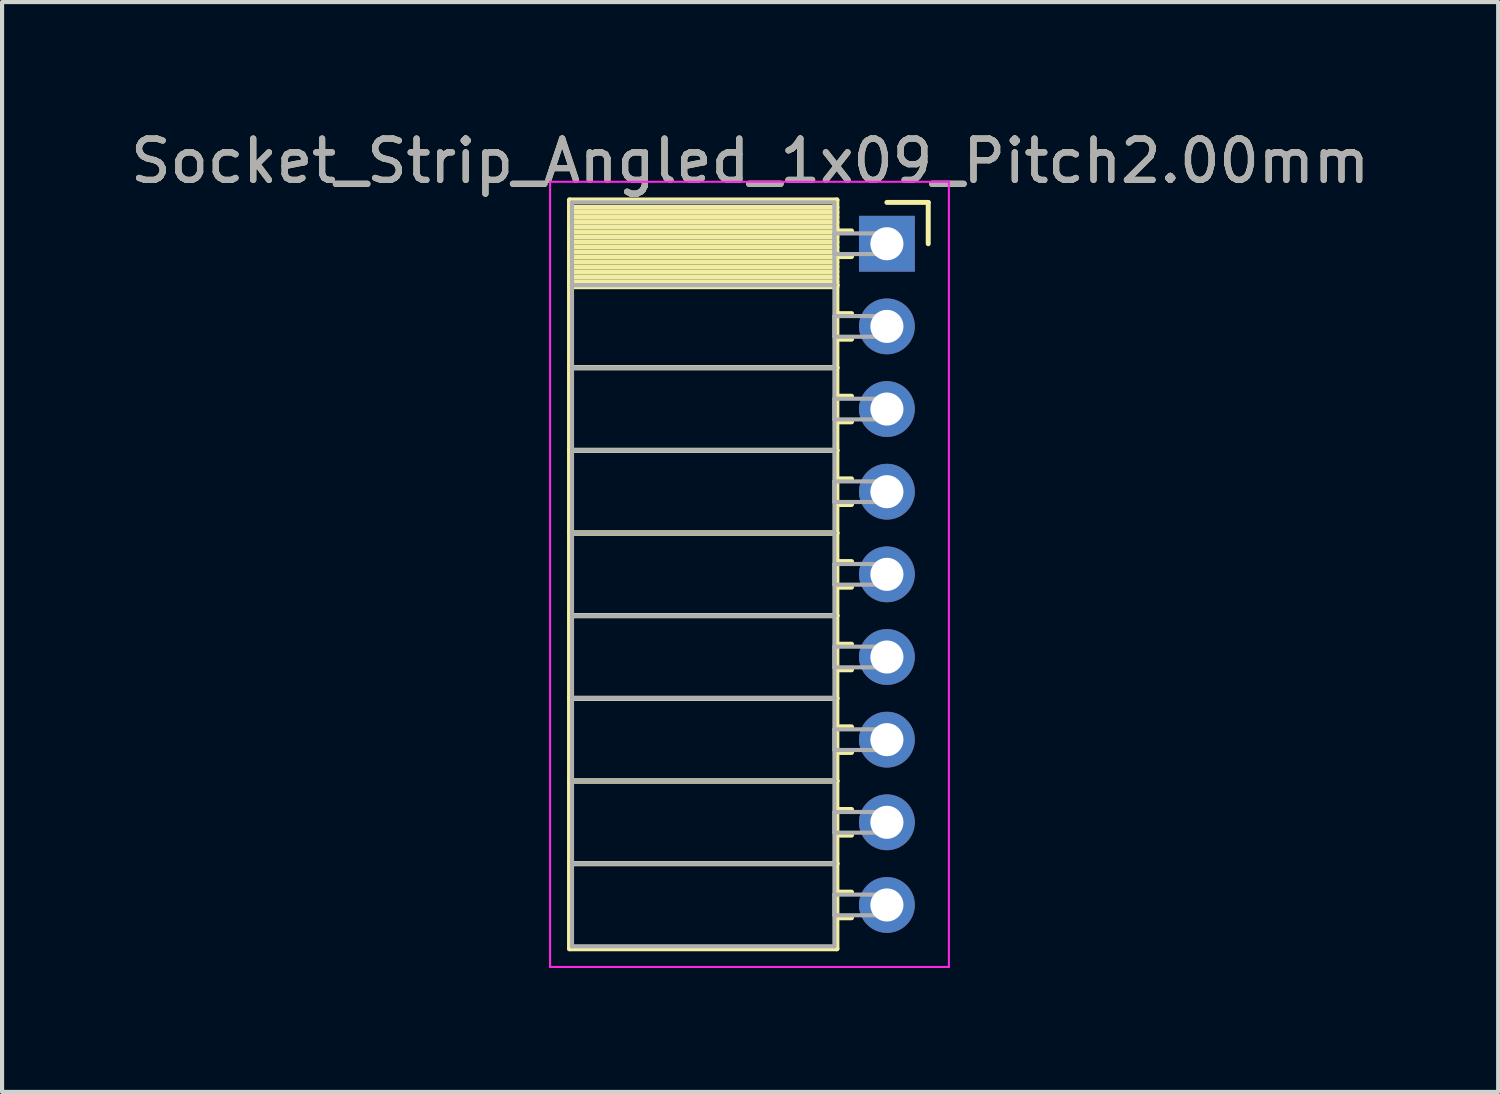
<source format=kicad_pcb>
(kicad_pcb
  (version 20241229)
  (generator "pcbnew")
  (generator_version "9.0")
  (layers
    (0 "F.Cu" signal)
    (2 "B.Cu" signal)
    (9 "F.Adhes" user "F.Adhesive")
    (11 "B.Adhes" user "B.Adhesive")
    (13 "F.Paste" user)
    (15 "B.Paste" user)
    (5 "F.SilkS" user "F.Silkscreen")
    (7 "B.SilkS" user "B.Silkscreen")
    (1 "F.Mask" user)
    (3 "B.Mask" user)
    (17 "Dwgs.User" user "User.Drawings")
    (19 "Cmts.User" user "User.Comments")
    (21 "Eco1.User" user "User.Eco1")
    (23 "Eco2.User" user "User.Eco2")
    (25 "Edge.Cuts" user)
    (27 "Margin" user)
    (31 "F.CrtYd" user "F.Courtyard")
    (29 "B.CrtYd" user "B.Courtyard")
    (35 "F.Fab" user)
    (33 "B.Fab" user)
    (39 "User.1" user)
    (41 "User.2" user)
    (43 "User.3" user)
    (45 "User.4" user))
  (footprint "Socket_Strip_Angled_1x09_Pitch2.00mm"
    (layer "F.Cu")
    (at 18.411 2.848)
    (property "Reference" "Socket_Strip_Angled_1x09_Pitch2.00mm" (at -3.31 -2 0) (layer "F.SilkS") (effects (font (size 1 1) (thickness 0.15))))
    (attr through_hole)
    (fp_line (start -7.68 -1.06) (end -1.21 -1.06) (stroke (width 0.12) (type solid)) (layer "F.SilkS"))
    (fp_line (start -7.68 1) (end -7.68 -1.06) (stroke (width 0.12) (type solid)) (layer "F.SilkS"))
    (fp_line (start -7.68 1) (end -1.21 1) (stroke (width 0.12) (type solid)) (layer "F.SilkS"))
    (fp_line (start -7.68 3) (end -7.68 1) (stroke (width 0.12) (type solid)) (layer "F.SilkS"))
    (fp_line (start -7.68 3) (end -1.21 3) (stroke (width 0.12) (type solid)) (layer "F.SilkS"))
    (fp_line (start -7.68 5) (end -7.68 3) (stroke (width 0.12) (type solid)) (layer "F.SilkS"))
    (fp_line (start -7.68 5) (end -1.21 5) (stroke (width 0.12) (type solid)) (layer "F.SilkS"))
    (fp_line (start -7.68 7) (end -7.68 5) (stroke (width 0.12) (type solid)) (layer "F.SilkS"))
    (fp_line (start -7.68 7) (end -1.21 7) (stroke (width 0.12) (type solid)) (layer "F.SilkS"))
    (fp_line (start -7.68 9) (end -7.68 7) (stroke (width 0.12) (type solid)) (layer "F.SilkS"))
    (fp_line (start -7.68 9) (end -1.21 9) (stroke (width 0.12) (type solid)) (layer "F.SilkS"))
    (fp_line (start -7.68 11) (end -7.68 9) (stroke (width 0.12) (type solid)) (layer "F.SilkS"))
    (fp_line (start -7.68 11) (end -1.21 11) (stroke (width 0.12) (type solid)) (layer "F.SilkS"))
    (fp_line (start -7.68 13) (end -7.68 11) (stroke (width 0.12) (type solid)) (layer "F.SilkS"))
    (fp_line (start -7.68 13) (end -1.21 13) (stroke (width 0.12) (type solid)) (layer "F.SilkS"))
    (fp_line (start -7.68 15) (end -7.68 13) (stroke (width 0.12) (type solid)) (layer "F.SilkS"))
    (fp_line (start -7.68 15) (end -1.21 15) (stroke (width 0.12) (type solid)) (layer "F.SilkS"))
    (fp_line (start -7.68 17.06) (end -7.68 15) (stroke (width 0.12) (type solid)) (layer "F.SilkS"))
    (fp_line (start -1.21 -1.06) (end -1.21 1) (stroke (width 0.12) (type solid)) (layer "F.SilkS"))
    (fp_line (start -1.21 -0.88) (end -7.68 -0.88) (stroke (width 0.12) (type solid)) (layer "F.SilkS"))
    (fp_line (start -1.21 -0.76) (end -7.68 -0.76) (stroke (width 0.12) (type solid)) (layer "F.SilkS"))
    (fp_line (start -1.21 -0.64) (end -7.68 -0.64) (stroke (width 0.12) (type solid)) (layer "F.SilkS"))
    (fp_line (start -1.21 -0.52) (end -7.68 -0.52) (stroke (width 0.12) (type solid)) (layer "F.SilkS"))
    (fp_line (start -1.21 -0.4) (end -7.68 -0.4) (stroke (width 0.12) (type solid)) (layer "F.SilkS"))
    (fp_line (start -1.21 -0.28) (end -7.68 -0.28) (stroke (width 0.12) (type solid)) (layer "F.SilkS"))
    (fp_line (start -1.21 -0.16) (end -7.68 -0.16) (stroke (width 0.12) (type solid)) (layer "F.SilkS"))
    (fp_line (start -1.21 -0.04) (end -7.68 -0.04) (stroke (width 0.12) (type solid)) (layer "F.SilkS"))
    (fp_line (start -1.21 0.08) (end -7.68 0.08) (stroke (width 0.12) (type solid)) (layer "F.SilkS"))
    (fp_line (start -1.21 0.2) (end -7.68 0.2) (stroke (width 0.12) (type solid)) (layer "F.SilkS"))
    (fp_line (start -1.21 0.32) (end -7.68 0.32) (stroke (width 0.12) (type solid)) (layer "F.SilkS"))
    (fp_line (start -1.21 0.44) (end -7.68 0.44) (stroke (width 0.12) (type solid)) (layer "F.SilkS"))
    (fp_line (start -1.21 0.56) (end -7.68 0.56) (stroke (width 0.12) (type solid)) (layer "F.SilkS"))
    (fp_line (start -1.21 0.68) (end -7.68 0.68) (stroke (width 0.12) (type solid)) (layer "F.SilkS"))
    (fp_line (start -1.21 0.8) (end -7.68 0.8) (stroke (width 0.12) (type solid)) (layer "F.SilkS"))
    (fp_line (start -1.21 0.92) (end -7.68 0.92) (stroke (width 0.12) (type solid)) (layer "F.SilkS"))
    (fp_line (start -1.21 1) (end -7.68 1) (stroke (width 0.12) (type solid)) (layer "F.SilkS"))
    (fp_line (start -1.21 1) (end -1.21 3) (stroke (width 0.12) (type solid)) (layer "F.SilkS"))
    (fp_line (start -1.21 1.04) (end -7.68 1.04) (stroke (width 0.12) (type solid)) (layer "F.SilkS"))
    (fp_line (start -1.21 3) (end -7.68 3) (stroke (width 0.12) (type solid)) (layer "F.SilkS"))
    (fp_line (start -1.21 3) (end -1.21 5) (stroke (width 0.12) (type solid)) (layer "F.SilkS"))
    (fp_line (start -1.21 5) (end -7.68 5) (stroke (width 0.12) (type solid)) (layer "F.SilkS"))
    (fp_line (start -1.21 5) (end -1.21 7) (stroke (width 0.12) (type solid)) (layer "F.SilkS"))
    (fp_line (start -1.21 7) (end -7.68 7) (stroke (width 0.12) (type solid)) (layer "F.SilkS"))
    (fp_line (start -1.21 7) (end -1.21 9) (stroke (width 0.12) (type solid)) (layer "F.SilkS"))
    (fp_line (start -1.21 9) (end -7.68 9) (stroke (width 0.12) (type solid)) (layer "F.SilkS"))
    (fp_line (start -1.21 9) (end -1.21 11) (stroke (width 0.12) (type solid)) (layer "F.SilkS"))
    (fp_line (start -1.21 11) (end -7.68 11) (stroke (width 0.12) (type solid)) (layer "F.SilkS"))
    (fp_line (start -1.21 11) (end -1.21 13) (stroke (width 0.12) (type solid)) (layer "F.SilkS"))
    (fp_line (start -1.21 13) (end -7.68 13) (stroke (width 0.12) (type solid)) (layer "F.SilkS"))
    (fp_line (start -1.21 13) (end -1.21 15) (stroke (width 0.12) (type solid)) (layer "F.SilkS"))
    (fp_line (start -1.21 15) (end -7.68 15) (stroke (width 0.12) (type solid)) (layer "F.SilkS"))
    (fp_line (start -1.21 15) (end -1.21 17.06) (stroke (width 0.12) (type solid)) (layer "F.SilkS"))
    (fp_line (start -1.21 17.06) (end -7.68 17.06) (stroke (width 0.12) (type solid)) (layer "F.SilkS"))
    (fp_line (start -0.855 -0.31) (end -1.21 -0.31) (stroke (width 0.12) (type solid)) (layer "F.SilkS"))
    (fp_line (start -0.855 0.31) (end -1.21 0.31) (stroke (width 0.12) (type solid)) (layer "F.SilkS"))
    (fp_line (start -0.855 1.69) (end -1.21 1.69) (stroke (width 0.12) (type solid)) (layer "F.SilkS"))
    (fp_line (start -0.855 2.31) (end -1.21 2.31) (stroke (width 0.12) (type solid)) (layer "F.SilkS"))
    (fp_line (start -0.855 3.69) (end -1.21 3.69) (stroke (width 0.12) (type solid)) (layer "F.SilkS"))
    (fp_line (start -0.855 4.31) (end -1.21 4.31) (stroke (width 0.12) (type solid)) (layer "F.SilkS"))
    (fp_line (start -0.855 5.69) (end -1.21 5.69) (stroke (width 0.12) (type solid)) (layer "F.SilkS"))
    (fp_line (start -0.855 6.31) (end -1.21 6.31) (stroke (width 0.12) (type solid)) (layer "F.SilkS"))
    (fp_line (start -0.855 7.69) (end -1.21 7.69) (stroke (width 0.12) (type solid)) (layer "F.SilkS"))
    (fp_line (start -0.855 8.31) (end -1.21 8.31) (stroke (width 0.12) (type solid)) (layer "F.SilkS"))
    (fp_line (start -0.855 9.69) (end -1.21 9.69) (stroke (width 0.12) (type solid)) (layer "F.SilkS"))
    (fp_line (start -0.855 10.31) (end -1.21 10.31) (stroke (width 0.12) (type solid)) (layer "F.SilkS"))
    (fp_line (start -0.855 11.69) (end -1.21 11.69) (stroke (width 0.12) (type solid)) (layer "F.SilkS"))
    (fp_line (start -0.855 12.31) (end -1.21 12.31) (stroke (width 0.12) (type solid)) (layer "F.SilkS"))
    (fp_line (start -0.855 13.69) (end -1.21 13.69) (stroke (width 0.12) (type solid)) (layer "F.SilkS"))
    (fp_line (start -0.855 14.31) (end -1.21 14.31) (stroke (width 0.12) (type solid)) (layer "F.SilkS"))
    (fp_line (start -0.855 15.69) (end -1.21 15.69) (stroke (width 0.12) (type solid)) (layer "F.SilkS"))
    (fp_line (start -0.855 16.31) (end -1.21 16.31) (stroke (width 0.12) (type solid)) (layer "F.SilkS"))
    (fp_line (start 0 -1) (end 1 -1) (stroke (width 0.12) (type solid)) (layer "F.SilkS"))
    (fp_line (start 1 -1) (end 1 0) (stroke (width 0.12) (type solid)) (layer "F.SilkS"))
    (fp_line (start -8.15 -1.5) (end 1.5 -1.5) (stroke (width 0.05) (type solid)) (layer "F.CrtYd"))
    (fp_line (start -8.15 17.5) (end -8.15 -1.5) (stroke (width 0.05) (type solid)) (layer "F.CrtYd"))
    (fp_line (start 1.5 -1.5) (end 1.5 17.5) (stroke (width 0.05) (type solid)) (layer "F.CrtYd"))
    (fp_line (start 1.5 17.5) (end -8.15 17.5) (stroke (width 0.05) (type solid)) (layer "F.CrtYd"))
    (fp_line (start -7.62 -1) (end -1.27 -1) (stroke (width 0.1) (type solid)) (layer "F.Fab"))
    (fp_line (start -7.62 1) (end -7.62 -1) (stroke (width 0.1) (type solid)) (layer "F.Fab"))
    (fp_line (start -7.62 1) (end -1.27 1) (stroke (width 0.1) (type solid)) (layer "F.Fab"))
    (fp_line (start -7.62 3) (end -7.62 1) (stroke (width 0.1) (type solid)) (layer "F.Fab"))
    (fp_line (start -7.62 3) (end -1.27 3) (stroke (width 0.1) (type solid)) (layer "F.Fab"))
    (fp_line (start -7.62 5) (end -7.62 3) (stroke (width 0.1) (type solid)) (layer "F.Fab"))
    (fp_line (start -7.62 5) (end -1.27 5) (stroke (width 0.1) (type solid)) (layer "F.Fab"))
    (fp_line (start -7.62 7) (end -7.62 5) (stroke (width 0.1) (type solid)) (layer "F.Fab"))
    (fp_line (start -7.62 7) (end -1.27 7) (stroke (width 0.1) (type solid)) (layer "F.Fab"))
    (fp_line (start -7.62 9) (end -7.62 7) (stroke (width 0.1) (type solid)) (layer "F.Fab"))
    (fp_line (start -7.62 9) (end -1.27 9) (stroke (width 0.1) (type solid)) (layer "F.Fab"))
    (fp_line (start -7.62 11) (end -7.62 9) (stroke (width 0.1) (type solid)) (layer "F.Fab"))
    (fp_line (start -7.62 11) (end -1.27 11) (stroke (width 0.1) (type solid)) (layer "F.Fab"))
    (fp_line (start -7.62 13) (end -7.62 11) (stroke (width 0.1) (type solid)) (layer "F.Fab"))
    (fp_line (start -7.62 13) (end -1.27 13) (stroke (width 0.1) (type solid)) (layer "F.Fab"))
    (fp_line (start -7.62 15) (end -7.62 13) (stroke (width 0.1) (type solid)) (layer "F.Fab"))
    (fp_line (start -7.62 15) (end -1.27 15) (stroke (width 0.1) (type solid)) (layer "F.Fab"))
    (fp_line (start -7.62 17) (end -7.62 15) (stroke (width 0.1) (type solid)) (layer "F.Fab"))
    (fp_line (start -1.27 -1) (end -1.27 1) (stroke (width 0.1) (type solid)) (layer "F.Fab"))
    (fp_line (start -1.27 -0.25) (end 0 -0.25) (stroke (width 0.1) (type solid)) (layer "F.Fab"))
    (fp_line (start -1.27 0.25) (end -1.27 -0.25) (stroke (width 0.1) (type solid)) (layer "F.Fab"))
    (fp_line (start -1.27 1) (end -7.62 1) (stroke (width 0.1) (type solid)) (layer "F.Fab"))
    (fp_line (start -1.27 1) (end -1.27 3) (stroke (width 0.1) (type solid)) (layer "F.Fab"))
    (fp_line (start -1.27 1.75) (end 0 1.75) (stroke (width 0.1) (type solid)) (layer "F.Fab"))
    (fp_line (start -1.27 2.25) (end -1.27 1.75) (stroke (width 0.1) (type solid)) (layer "F.Fab"))
    (fp_line (start -1.27 3) (end -7.62 3) (stroke (width 0.1) (type solid)) (layer "F.Fab"))
    (fp_line (start -1.27 3) (end -1.27 5) (stroke (width 0.1) (type solid)) (layer "F.Fab"))
    (fp_line (start -1.27 3.75) (end 0 3.75) (stroke (width 0.1) (type solid)) (layer "F.Fab"))
    (fp_line (start -1.27 4.25) (end -1.27 3.75) (stroke (width 0.1) (type solid)) (layer "F.Fab"))
    (fp_line (start -1.27 5) (end -7.62 5) (stroke (width 0.1) (type solid)) (layer "F.Fab"))
    (fp_line (start -1.27 5) (end -1.27 7) (stroke (width 0.1) (type solid)) (layer "F.Fab"))
    (fp_line (start -1.27 5.75) (end 0 5.75) (stroke (width 0.1) (type solid)) (layer "F.Fab"))
    (fp_line (start -1.27 6.25) (end -1.27 5.75) (stroke (width 0.1) (type solid)) (layer "F.Fab"))
    (fp_line (start -1.27 7) (end -7.62 7) (stroke (width 0.1) (type solid)) (layer "F.Fab"))
    (fp_line (start -1.27 7) (end -1.27 9) (stroke (width 0.1) (type solid)) (layer "F.Fab"))
    (fp_line (start -1.27 7.75) (end 0 7.75) (stroke (width 0.1) (type solid)) (layer "F.Fab"))
    (fp_line (start -1.27 8.25) (end -1.27 7.75) (stroke (width 0.1) (type solid)) (layer "F.Fab"))
    (fp_line (start -1.27 9) (end -7.62 9) (stroke (width 0.1) (type solid)) (layer "F.Fab"))
    (fp_line (start -1.27 9) (end -1.27 11) (stroke (width 0.1) (type solid)) (layer "F.Fab"))
    (fp_line (start -1.27 9.75) (end 0 9.75) (stroke (width 0.1) (type solid)) (layer "F.Fab"))
    (fp_line (start -1.27 10.25) (end -1.27 9.75) (stroke (width 0.1) (type solid)) (layer "F.Fab"))
    (fp_line (start -1.27 11) (end -7.62 11) (stroke (width 0.1) (type solid)) (layer "F.Fab"))
    (fp_line (start -1.27 11) (end -1.27 13) (stroke (width 0.1) (type solid)) (layer "F.Fab"))
    (fp_line (start -1.27 11.75) (end 0 11.75) (stroke (width 0.1) (type solid)) (layer "F.Fab"))
    (fp_line (start -1.27 12.25) (end -1.27 11.75) (stroke (width 0.1) (type solid)) (layer "F.Fab"))
    (fp_line (start -1.27 13) (end -7.62 13) (stroke (width 0.1) (type solid)) (layer "F.Fab"))
    (fp_line (start -1.27 13) (end -1.27 15) (stroke (width 0.1) (type solid)) (layer "F.Fab"))
    (fp_line (start -1.27 13.75) (end 0 13.75) (stroke (width 0.1) (type solid)) (layer "F.Fab"))
    (fp_line (start -1.27 14.25) (end -1.27 13.75) (stroke (width 0.1) (type solid)) (layer "F.Fab"))
    (fp_line (start -1.27 15) (end -7.62 15) (stroke (width 0.1) (type solid)) (layer "F.Fab"))
    (fp_line (start -1.27 15) (end -1.27 17) (stroke (width 0.1) (type solid)) (layer "F.Fab"))
    (fp_line (start -1.27 15.75) (end 0 15.75) (stroke (width 0.1) (type solid)) (layer "F.Fab"))
    (fp_line (start -1.27 16.25) (end -1.27 15.75) (stroke (width 0.1) (type solid)) (layer "F.Fab"))
    (fp_line (start -1.27 17) (end -7.62 17) (stroke (width 0.1) (type solid)) (layer "F.Fab"))
    (fp_line (start 0 -0.25) (end 0 0.25) (stroke (width 0.1) (type solid)) (layer "F.Fab"))
    (fp_line (start 0 0.25) (end -1.27 0.25) (stroke (width 0.1) (type solid)) (layer "F.Fab"))
    (fp_line (start 0 1.75) (end 0 2.25) (stroke (width 0.1) (type solid)) (layer "F.Fab"))
    (fp_line (start 0 2.25) (end -1.27 2.25) (stroke (width 0.1) (type solid)) (layer "F.Fab"))
    (fp_line (start 0 3.75) (end 0 4.25) (stroke (width 0.1) (type solid)) (layer "F.Fab"))
    (fp_line (start 0 4.25) (end -1.27 4.25) (stroke (width 0.1) (type solid)) (layer "F.Fab"))
    (fp_line (start 0 5.75) (end 0 6.25) (stroke (width 0.1) (type solid)) (layer "F.Fab"))
    (fp_line (start 0 6.25) (end -1.27 6.25) (stroke (width 0.1) (type solid)) (layer "F.Fab"))
    (fp_line (start 0 7.75) (end 0 8.25) (stroke (width 0.1) (type solid)) (layer "F.Fab"))
    (fp_line (start 0 8.25) (end -1.27 8.25) (stroke (width 0.1) (type solid)) (layer "F.Fab"))
    (fp_line (start 0 9.75) (end 0 10.25) (stroke (width 0.1) (type solid)) (layer "F.Fab"))
    (fp_line (start 0 10.25) (end -1.27 10.25) (stroke (width 0.1) (type solid)) (layer "F.Fab"))
    (fp_line (start 0 11.75) (end 0 12.25) (stroke (width 0.1) (type solid)) (layer "F.Fab"))
    (fp_line (start 0 12.25) (end -1.27 12.25) (stroke (width 0.1) (type solid)) (layer "F.Fab"))
    (fp_line (start 0 13.75) (end 0 14.25) (stroke (width 0.1) (type solid)) (layer "F.Fab"))
    (fp_line (start 0 14.25) (end -1.27 14.25) (stroke (width 0.1) (type solid)) (layer "F.Fab"))
    (fp_line (start 0 15.75) (end 0 16.25) (stroke (width 0.1) (type solid)) (layer "F.Fab"))
    (fp_line (start 0 16.25) (end -1.27 16.25) (stroke (width 0.1) (type solid)) (layer "F.Fab"))
    (fp_text user "${REFERENCE}" (at -3.31 -2 0) (layer "F.Fab") (effects (font (size 1 1) (thickness 0.15))))
    (pad "1" thru_hole rect (at 0 0) (size 1.35 1.35) (drill 0.8) (layers "*.Cu" "*.Mask"))
    (pad "2" thru_hole oval (at 0 2) (size 1.35 1.35) (drill 0.8) (layers "*.Cu" "*.Mask"))
    (pad "3" thru_hole oval (at 0 4) (size 1.35 1.35) (drill 0.8) (layers "*.Cu" "*.Mask"))
    (pad "4" thru_hole oval (at 0 6) (size 1.35 1.35) (drill 0.8) (layers "*.Cu" "*.Mask"))
    (pad "5" thru_hole oval (at 0 8) (size 1.35 1.35) (drill 0.8) (layers "*.Cu" "*.Mask"))
    (pad "6" thru_hole oval (at 0 10) (size 1.35 1.35) (drill 0.8) (layers "*.Cu" "*.Mask"))
    (pad "7" thru_hole oval (at 0 12) (size 1.35 1.35) (drill 0.8) (layers "*.Cu" "*.Mask"))
    (pad "8" thru_hole oval (at 0 14) (size 1.35 1.35) (drill 0.8) (layers "*.Cu" "*.Mask"))
    (pad "9" thru_hole oval (at 0 16) (size 1.35 1.35) (drill 0.8) (layers "*.Cu" "*.Mask")))
  (gr_rect
    (start -3 -3)
    (end 33.202 23.373)
    (stroke (width 0.1) (type default))
    (fill no)
    (layer "Edge.Cuts")))
</source>
